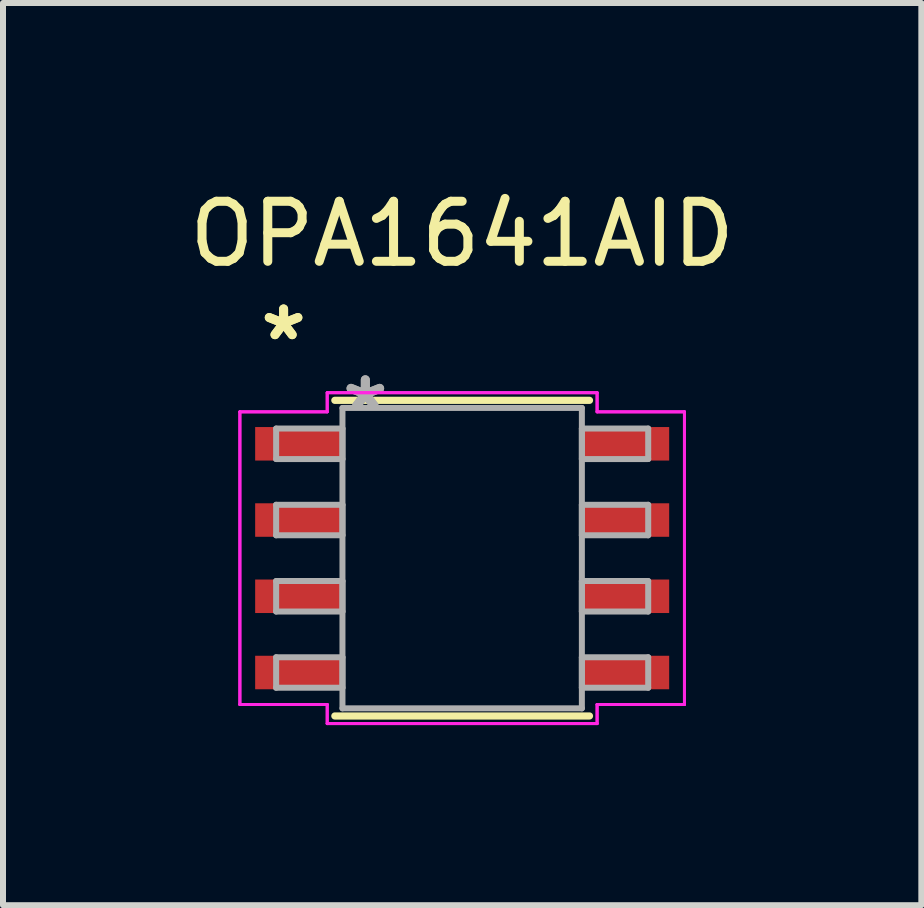
<source format=kicad_pcb>
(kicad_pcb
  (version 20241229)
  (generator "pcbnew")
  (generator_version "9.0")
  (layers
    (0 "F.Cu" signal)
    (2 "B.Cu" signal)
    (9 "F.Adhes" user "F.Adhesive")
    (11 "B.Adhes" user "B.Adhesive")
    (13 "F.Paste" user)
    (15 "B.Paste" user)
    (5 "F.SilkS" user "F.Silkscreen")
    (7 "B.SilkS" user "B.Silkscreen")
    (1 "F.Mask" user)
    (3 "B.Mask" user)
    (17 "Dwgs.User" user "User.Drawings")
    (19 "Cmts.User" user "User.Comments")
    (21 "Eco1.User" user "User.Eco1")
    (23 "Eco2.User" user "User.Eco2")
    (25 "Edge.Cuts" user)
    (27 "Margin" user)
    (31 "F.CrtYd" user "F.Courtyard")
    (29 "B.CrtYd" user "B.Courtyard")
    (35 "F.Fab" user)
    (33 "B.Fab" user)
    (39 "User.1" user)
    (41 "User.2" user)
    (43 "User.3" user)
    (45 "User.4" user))
  (footprint "OPA1641AID"
    (layer "F.Cu")
    (at 4.649 6.248)
    (property "Reference" "OPA1641AID" (at 0 -5.4 0) (layer "F.SilkS") (effects (font (size 1 1) (thickness 0.15))))
    (attr through_hole)
    (fp_line (start -2.121 2.629) (end 2.121 2.629) (stroke (width 0.12) (type solid)) (layer "F.SilkS"))
    (fp_line (start 2.121 -2.629) (end -2.121 -2.629) (stroke (width 0.12) (type solid)) (layer "F.SilkS"))
    (fp_line (start -3.703 -2.438) (end -2.248 -2.438) (stroke (width 0.05) (type solid)) (layer "F.CrtYd"))
    (fp_line (start -3.703 -2.438) (end -2.248 -2.438) (stroke (width 0.05) (type solid)) (layer "F.CrtYd"))
    (fp_line (start -3.703 2.438) (end -3.703 -2.438) (stroke (width 0.05) (type solid)) (layer "F.CrtYd"))
    (fp_line (start -3.703 2.438) (end -3.703 -2.438) (stroke (width 0.05) (type solid)) (layer "F.CrtYd"))
    (fp_line (start -3.703 2.438) (end -2.248 2.438) (stroke (width 0.05) (type solid)) (layer "F.CrtYd"))
    (fp_line (start -2.248 -2.756) (end 2.248 -2.756) (stroke (width 0.05) (type solid)) (layer "F.CrtYd"))
    (fp_line (start -2.248 -2.756) (end 2.248 -2.756) (stroke (width 0.05) (type solid)) (layer "F.CrtYd"))
    (fp_line (start -2.248 -2.438) (end -2.248 -2.756) (stroke (width 0.05) (type solid)) (layer "F.CrtYd"))
    (fp_line (start -2.248 -2.438) (end -2.248 -2.756) (stroke (width 0.05) (type solid)) (layer "F.CrtYd"))
    (fp_line (start -2.248 2.438) (end -3.703 2.438) (stroke (width 0.05) (type solid)) (layer "F.CrtYd"))
    (fp_line (start -2.248 2.756) (end -2.248 2.438) (stroke (width 0.05) (type solid)) (layer "F.CrtYd"))
    (fp_line (start -2.248 2.756) (end -2.248 2.438) (stroke (width 0.05) (type solid)) (layer "F.CrtYd"))
    (fp_line (start 2.248 -2.756) (end 2.248 -2.438) (stroke (width 0.05) (type solid)) (layer "F.CrtYd"))
    (fp_line (start 2.248 -2.756) (end 2.248 -2.438) (stroke (width 0.05) (type solid)) (layer "F.CrtYd"))
    (fp_line (start 2.248 -2.438) (end 3.703 -2.438) (stroke (width 0.05) (type solid)) (layer "F.CrtYd"))
    (fp_line (start 2.248 2.438) (end 2.248 2.756) (stroke (width 0.05) (type solid)) (layer "F.CrtYd"))
    (fp_line (start 2.248 2.438) (end 2.248 2.756) (stroke (width 0.05) (type solid)) (layer "F.CrtYd"))
    (fp_line (start 2.248 2.756) (end -2.248 2.756) (stroke (width 0.05) (type solid)) (layer "F.CrtYd"))
    (fp_line (start 2.248 2.756) (end -2.248 2.756) (stroke (width 0.05) (type solid)) (layer "F.CrtYd"))
    (fp_line (start 3.703 -2.438) (end 2.248 -2.438) (stroke (width 0.05) (type solid)) (layer "F.CrtYd"))
    (fp_line (start 3.703 -2.438) (end 3.703 2.438) (stroke (width 0.05) (type solid)) (layer "F.CrtYd"))
    (fp_line (start 3.703 -2.438) (end 3.703 2.438) (stroke (width 0.05) (type solid)) (layer "F.CrtYd"))
    (fp_line (start 3.703 2.438) (end 2.248 2.438) (stroke (width 0.05) (type solid)) (layer "F.CrtYd"))
    (fp_line (start 3.703 2.438) (end 2.248 2.438) (stroke (width 0.05) (type solid)) (layer "F.CrtYd"))
    (fp_line (start -3.099 -2.159) (end -3.099 -1.651) (stroke (width 0.1) (type solid)) (layer "F.Fab"))
    (fp_line (start -3.099 -1.651) (end -1.994 -1.651) (stroke (width 0.1) (type solid)) (layer "F.Fab"))
    (fp_line (start -3.099 -0.889) (end -3.099 -0.381) (stroke (width 0.1) (type solid)) (layer "F.Fab"))
    (fp_line (start -3.099 -0.381) (end -1.994 -0.381) (stroke (width 0.1) (type solid)) (layer "F.Fab"))
    (fp_line (start -3.099 0.381) (end -3.099 0.889) (stroke (width 0.1) (type solid)) (layer "F.Fab"))
    (fp_line (start -3.099 0.889) (end -1.994 0.889) (stroke (width 0.1) (type solid)) (layer "F.Fab"))
    (fp_line (start -3.099 1.651) (end -3.099 2.159) (stroke (width 0.1) (type solid)) (layer "F.Fab"))
    (fp_line (start -3.099 2.159) (end -1.994 2.159) (stroke (width 0.1) (type solid)) (layer "F.Fab"))
    (fp_line (start -1.994 -2.502) (end -1.994 2.502) (stroke (width 0.1) (type solid)) (layer "F.Fab"))
    (fp_line (start -1.994 -2.159) (end -3.099 -2.159) (stroke (width 0.1) (type solid)) (layer "F.Fab"))
    (fp_line (start -1.994 -1.651) (end -1.994 -2.159) (stroke (width 0.1) (type solid)) (layer "F.Fab"))
    (fp_line (start -1.994 -0.889) (end -3.099 -0.889) (stroke (width 0.1) (type solid)) (layer "F.Fab"))
    (fp_line (start -1.994 -0.381) (end -1.994 -0.889) (stroke (width 0.1) (type solid)) (layer "F.Fab"))
    (fp_line (start -1.994 0.381) (end -3.099 0.381) (stroke (width 0.1) (type solid)) (layer "F.Fab"))
    (fp_line (start -1.994 0.889) (end -1.994 0.381) (stroke (width 0.1) (type solid)) (layer "F.Fab"))
    (fp_line (start -1.994 1.651) (end -3.099 1.651) (stroke (width 0.1) (type solid)) (layer "F.Fab"))
    (fp_line (start -1.994 2.159) (end -1.994 1.651) (stroke (width 0.1) (type solid)) (layer "F.Fab"))
    (fp_line (start -1.994 2.502) (end 1.994 2.502) (stroke (width 0.1) (type solid)) (layer "F.Fab"))
    (fp_line (start 1.994 -2.502) (end -1.994 -2.502) (stroke (width 0.1) (type solid)) (layer "F.Fab"))
    (fp_line (start 1.994 -2.159) (end 1.994 -1.651) (stroke (width 0.1) (type solid)) (layer "F.Fab"))
    (fp_line (start 1.994 -1.651) (end 3.099 -1.651) (stroke (width 0.1) (type solid)) (layer "F.Fab"))
    (fp_line (start 1.994 -0.889) (end 1.994 -0.381) (stroke (width 0.1) (type solid)) (layer "F.Fab"))
    (fp_line (start 1.994 -0.381) (end 3.099 -0.381) (stroke (width 0.1) (type solid)) (layer "F.Fab"))
    (fp_line (start 1.994 0.381) (end 1.994 0.889) (stroke (width 0.1) (type solid)) (layer "F.Fab"))
    (fp_line (start 1.994 0.889) (end 3.099 0.889) (stroke (width 0.1) (type solid)) (layer "F.Fab"))
    (fp_line (start 1.994 1.651) (end 1.994 2.159) (stroke (width 0.1) (type solid)) (layer "F.Fab"))
    (fp_line (start 1.994 2.159) (end 3.099 2.159) (stroke (width 0.1) (type solid)) (layer "F.Fab"))
    (fp_line (start 1.994 2.502) (end 1.994 -2.502) (stroke (width 0.1) (type solid)) (layer "F.Fab"))
    (fp_line (start 3.099 -2.159) (end 1.994 -2.159) (stroke (width 0.1) (type solid)) (layer "F.Fab"))
    (fp_line (start 3.099 -1.651) (end 3.099 -2.159) (stroke (width 0.1) (type solid)) (layer "F.Fab"))
    (fp_line (start 3.099 -0.889) (end 1.994 -0.889) (stroke (width 0.1) (type solid)) (layer "F.Fab"))
    (fp_line (start 3.099 -0.381) (end 3.099 -0.889) (stroke (width 0.1) (type solid)) (layer "F.Fab"))
    (fp_line (start 3.099 0.381) (end 1.994 0.381) (stroke (width 0.1) (type solid)) (layer "F.Fab"))
    (fp_line (start 3.099 0.889) (end 3.099 0.381) (stroke (width 0.1) (type solid)) (layer "F.Fab"))
    (fp_line (start 3.099 1.651) (end 1.994 1.651) (stroke (width 0.1) (type solid)) (layer "F.Fab"))
    (fp_line (start 3.099 2.159) (end 3.099 1.651) (stroke (width 0.1) (type solid)) (layer "F.Fab"))
    (fp_text user "*" (at -2.975 -3.606 0) (layer "F.SilkS") (effects (font (size 1 1) (thickness 0.15))))
    (fp_text user "*" (at -2.975 -3.606 0) (layer "F.SilkS") (effects (font (size 1 1) (thickness 0.15))))
    (fp_text user "*" (at -1.613 -2.426 0) (layer "F.Fab") (effects (font (size 1 1) (thickness 0.15))))
    (fp_text user "*" (at -1.613 -2.426 0) (layer "F.Fab") (effects (font (size 1 1) (thickness 0.15))))
    (pad "1" smd rect (at -2.721 -1.905) (size 1.455 0.558) (layers "F.Cu" "F.Mask" "F.Paste"))
    (pad "2" smd rect (at -2.721 -0.635) (size 1.455 0.558) (layers "F.Cu" "F.Mask" "F.Paste"))
    (pad "3" smd rect (at -2.721 0.635) (size 1.455 0.558) (layers "F.Cu" "F.Mask" "F.Paste"))
    (pad "4" smd rect (at -2.721 1.905) (size 1.455 0.558) (layers "F.Cu" "F.Mask" "F.Paste"))
    (pad "5" smd rect (at 2.721 1.905) (size 1.455 0.558) (layers "F.Cu" "F.Mask" "F.Paste"))
    (pad "6" smd rect (at 2.721 0.635) (size 1.455 0.558) (layers "F.Cu" "F.Mask" "F.Paste"))
    (pad "7" smd rect (at 2.721 -0.635) (size 1.455 0.558) (layers "F.Cu" "F.Mask" "F.Paste"))
    (pad "8" smd rect (at 2.721 -1.905) (size 1.455 0.558) (layers "F.Cu" "F.Mask" "F.Paste")))
  (gr_rect
    (start -3 -3)
    (end 12.298 12.029)
    (stroke (width 0.1) (type default))
    (fill no)
    (layer "Edge.Cuts")))
</source>
